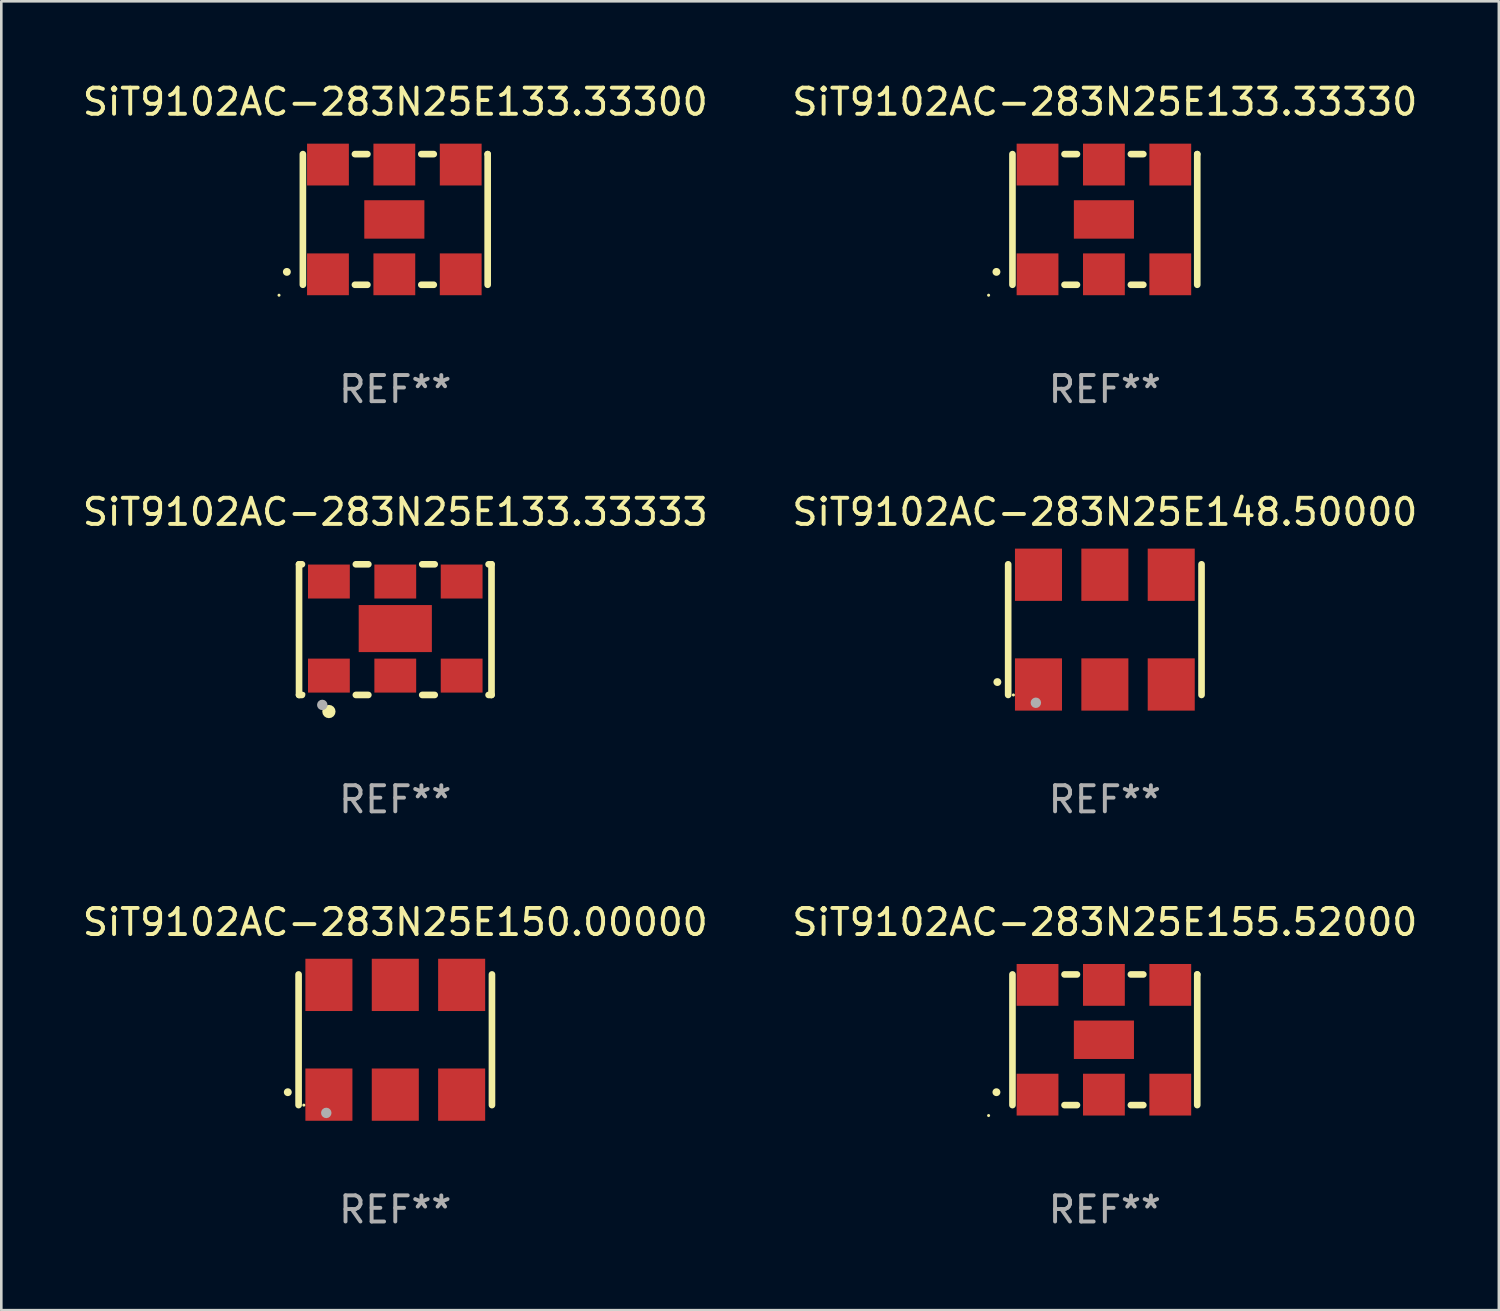
<source format=kicad_pcb>
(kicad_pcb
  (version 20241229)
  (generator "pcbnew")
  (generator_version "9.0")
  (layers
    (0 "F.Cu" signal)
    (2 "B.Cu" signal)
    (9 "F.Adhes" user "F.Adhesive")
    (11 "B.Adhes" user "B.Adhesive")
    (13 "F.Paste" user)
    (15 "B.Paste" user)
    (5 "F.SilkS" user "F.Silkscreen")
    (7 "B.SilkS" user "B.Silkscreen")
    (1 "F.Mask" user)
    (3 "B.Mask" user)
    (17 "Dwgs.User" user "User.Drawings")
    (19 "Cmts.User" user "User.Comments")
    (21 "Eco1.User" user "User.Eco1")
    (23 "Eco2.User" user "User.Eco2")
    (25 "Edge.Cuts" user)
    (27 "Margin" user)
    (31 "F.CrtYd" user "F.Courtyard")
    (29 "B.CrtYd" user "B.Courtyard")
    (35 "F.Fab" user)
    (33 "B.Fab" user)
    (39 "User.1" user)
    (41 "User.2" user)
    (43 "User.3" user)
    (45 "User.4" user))
  (footprint "SiT9102AC-283N25E150.00000"
    (layer "F.Cu")
    (at 12.077 36.741)
    (property "Reference" "SiT9102AC-283N25E150.00000" (at 0 -4.5 0) (layer "F.SilkS") (effects (font (size 1 1) (thickness 0.15))))
    (attr through_hole)
    (fp_line (start -3.7 -2.5) (end -3.7 2.5) (stroke (width 0.254) (type solid)) (layer "F.SilkS"))
    (fp_line (start 3.7 -2.5) (end 3.7 2.5) (stroke (width 0.254) (type solid)) (layer "F.SilkS"))
    (fp_arc (start -4.114415 2.006604) (mid -4.113145 2.006599) (end -4.111875 2.006604) (stroke (width 0.3) (type solid)) (layer "F.SilkS"))
    (fp_circle (center -3.5 2.501) (end -3.47 2.501) (stroke (width 0.06) (type solid)) (fill no) (layer "F.SilkS"))
    (fp_circle (center -2.641 2.799) (end -2.541 2.799) (stroke (width 0.2) (type solid)) (fill no) (layer "F.Fab"))
    (fp_text user "REF**" (at 0 6.5 0) (layer "F.Fab") (effects (font (size 1 1) (thickness 0.15))))
    (pad "1" smd rect (at -2.54 2.1) (size 1.8 2) (layers "F.Cu" "F.Mask" "F.Paste"))
    (pad "2" smd rect (at 0.000394 2.1) (size 1.8 2) (layers "F.Cu" "F.Mask" "F.Paste"))
    (pad "3" smd rect (at 2.54 2.1) (size 1.8 2) (layers "F.Cu" "F.Mask" "F.Paste"))
    (pad "4" smd rect (at 2.54 -2.1) (size 1.8 2) (layers "F.Cu" "F.Mask" "F.Paste"))
    (pad "5" smd rect (at 0.000394 -2.1) (size 1.8 2) (layers "F.Cu" "F.Mask" "F.Paste"))
    (pad "6" smd rect (at -2.54 -2.1) (size 1.8 2) (layers "F.Cu" "F.Mask" "F.Paste")))
  (footprint "SiT9102AC-283N25E133.33300"
    (layer "F.Cu")
    (at 12.077 5.348)
    (property "Reference" "SiT9102AC-283N25E133.33300" (at 0 -4.5 0) (layer "F.SilkS") (effects (font (size 1 1) (thickness 0.15))))
    (attr through_hole)
    (fp_line (start -3.536 -2.5) (end -3.536 2.5) (stroke (width 0.254) (type solid)) (layer "F.SilkS"))
    (fp_line (start -1.544 2.5) (end -1.067 2.5) (stroke (width 0.254) (type solid)) (layer "F.SilkS"))
    (fp_line (start -1.067 -2.5) (end -1.544 -2.5) (stroke (width 0.254) (type solid)) (layer "F.SilkS"))
    (fp_line (start 0.996 2.5) (end 1.473 2.5) (stroke (width 0.254) (type solid)) (layer "F.SilkS"))
    (fp_line (start 1.473 -2.5) (end 0.996 -2.5) (stroke (width 0.254) (type solid)) (layer "F.SilkS"))
    (fp_line (start 3.536 -2.5) (end 3.536 -2.5) (stroke (width 0.254) (type solid)) (layer "F.SilkS"))
    (fp_line (start 3.536 2.5) (end 3.536 -2.5) (stroke (width 0.254) (type solid)) (layer "F.SilkS"))
    (fp_arc (start -4.150432 2.006604) (mid -4.149162 2.006599) (end -4.147892 2.006604) (stroke (width 0.3) (type solid)) (layer "F.SilkS"))
    (fp_circle (center -4.449 2.9) (end -4.419 2.9) (stroke (width 0.06) (type solid)) (fill no) (layer "F.SilkS"))
    (fp_text user "REF**" (at 0 6.5 0) (layer "F.Fab") (effects (font (size 1 1) (thickness 0.15))))
    (pad "1" smd rect (at -2.576 2.1) (size 1.6 1.6) (layers "F.Cu" "F.Mask" "F.Paste"))
    (pad "2" smd rect (at -0.036 2.1) (size 1.6 1.6) (layers "F.Cu" "F.Mask" "F.Paste"))
    (pad "3" smd rect (at 2.504 2.1) (size 1.6 1.6) (layers "F.Cu" "F.Mask" "F.Paste"))
    (pad "4" smd rect (at 2.504 -2.1) (size 1.6 1.6) (layers "F.Cu" "F.Mask" "F.Paste"))
    (pad "5" smd rect (at -0.036 -2.1) (size 1.6 1.6) (layers "F.Cu" "F.Mask" "F.Paste"))
    (pad "6" smd rect (at -2.576 -2.1) (size 1.6 1.6) (layers "F.Cu" "F.Mask" "F.Paste"))
    (pad "7" smd rect (at -0.036 0) (size 2.3 1.47) (layers "F.Cu" "F.Mask" "F.Paste")))
  (footprint "SiT9102AC-283N25E133.33330"
    (layer "F.Cu")
    (at 39.232 5.348)
    (property "Reference" "SiT9102AC-283N25E133.33330" (at 0 -4.5 0) (layer "F.SilkS") (effects (font (size 1 1) (thickness 0.15))))
    (attr through_hole)
    (fp_line (start -3.536 -2.5) (end -3.536 2.5) (stroke (width 0.254) (type solid)) (layer "F.SilkS"))
    (fp_line (start -1.544 2.5) (end -1.067 2.5) (stroke (width 0.254) (type solid)) (layer "F.SilkS"))
    (fp_line (start -1.067 -2.5) (end -1.544 -2.5) (stroke (width 0.254) (type solid)) (layer "F.SilkS"))
    (fp_line (start 0.996 2.5) (end 1.473 2.5) (stroke (width 0.254) (type solid)) (layer "F.SilkS"))
    (fp_line (start 1.473 -2.5) (end 0.996 -2.5) (stroke (width 0.254) (type solid)) (layer "F.SilkS"))
    (fp_line (start 3.536 -2.5) (end 3.536 -2.5) (stroke (width 0.254) (type solid)) (layer "F.SilkS"))
    (fp_line (start 3.536 2.5) (end 3.536 -2.5) (stroke (width 0.254) (type solid)) (layer "F.SilkS"))
    (fp_arc (start -4.150432 2.006604) (mid -4.149162 2.006599) (end -4.147892 2.006604) (stroke (width 0.3) (type solid)) (layer "F.SilkS"))
    (fp_circle (center -4.449 2.9) (end -4.419 2.9) (stroke (width 0.06) (type solid)) (fill no) (layer "F.SilkS"))
    (fp_text user "REF**" (at 0 6.5 0) (layer "F.Fab") (effects (font (size 1 1) (thickness 0.15))))
    (pad "1" smd rect (at -2.576 2.1) (size 1.6 1.6) (layers "F.Cu" "F.Mask" "F.Paste"))
    (pad "2" smd rect (at -0.036 2.1) (size 1.6 1.6) (layers "F.Cu" "F.Mask" "F.Paste"))
    (pad "3" smd rect (at 2.504 2.1) (size 1.6 1.6) (layers "F.Cu" "F.Mask" "F.Paste"))
    (pad "4" smd rect (at 2.504 -2.1) (size 1.6 1.6) (layers "F.Cu" "F.Mask" "F.Paste"))
    (pad "5" smd rect (at -0.036 -2.1) (size 1.6 1.6) (layers "F.Cu" "F.Mask" "F.Paste"))
    (pad "6" smd rect (at -2.576 -2.1) (size 1.6 1.6) (layers "F.Cu" "F.Mask" "F.Paste"))
    (pad "7" smd rect (at -0.036 0) (size 2.3 1.47) (layers "F.Cu" "F.Mask" "F.Paste")))
  (footprint "SiT9102AC-283N25E148.50000"
    (layer "F.Cu")
    (at 39.232 21.045)
    (property "Reference" "SiT9102AC-283N25E148.50000" (at 0 -4.5 0) (layer "F.SilkS") (effects (font (size 1 1) (thickness 0.15))))
    (attr through_hole)
    (fp_line (start -3.7 -2.5) (end -3.7 2.5) (stroke (width 0.254) (type solid)) (layer "F.SilkS"))
    (fp_line (start 3.7 -2.5) (end 3.7 2.5) (stroke (width 0.254) (type solid)) (layer "F.SilkS"))
    (fp_arc (start -4.114415 2.006604) (mid -4.113145 2.006599) (end -4.111875 2.006604) (stroke (width 0.3) (type solid)) (layer "F.SilkS"))
    (fp_circle (center -3.5 2.501) (end -3.47 2.501) (stroke (width 0.06) (type solid)) (fill no) (layer "F.SilkS"))
    (fp_circle (center -2.641 2.799) (end -2.541 2.799) (stroke (width 0.2) (type solid)) (fill no) (layer "F.Fab"))
    (fp_text user "REF**" (at 0 6.5 0) (layer "F.Fab") (effects (font (size 1 1) (thickness 0.15))))
    (pad "1" smd rect (at -2.54 2.1) (size 1.8 2) (layers "F.Cu" "F.Mask" "F.Paste"))
    (pad "2" smd rect (at 0.000394 2.1) (size 1.8 2) (layers "F.Cu" "F.Mask" "F.Paste"))
    (pad "3" smd rect (at 2.54 2.1) (size 1.8 2) (layers "F.Cu" "F.Mask" "F.Paste"))
    (pad "4" smd rect (at 2.54 -2.1) (size 1.8 2) (layers "F.Cu" "F.Mask" "F.Paste"))
    (pad "5" smd rect (at 0.000394 -2.1) (size 1.8 2) (layers "F.Cu" "F.Mask" "F.Paste"))
    (pad "6" smd rect (at -2.54 -2.1) (size 1.8 2) (layers "F.Cu" "F.Mask" "F.Paste")))
  (footprint "SiT9102AC-283N25E155.52000"
    (layer "F.Cu")
    (at 39.232 36.741)
    (property "Reference" "SiT9102AC-283N25E155.52000" (at 0 -4.5 0) (layer "F.SilkS") (effects (font (size 1 1) (thickness 0.15))))
    (attr through_hole)
    (fp_line (start -3.536 -2.5) (end -3.536 2.5) (stroke (width 0.254) (type solid)) (layer "F.SilkS"))
    (fp_line (start -1.544 2.5) (end -1.067 2.5) (stroke (width 0.254) (type solid)) (layer "F.SilkS"))
    (fp_line (start -1.067 -2.5) (end -1.544 -2.5) (stroke (width 0.254) (type solid)) (layer "F.SilkS"))
    (fp_line (start 0.996 2.5) (end 1.473 2.5) (stroke (width 0.254) (type solid)) (layer "F.SilkS"))
    (fp_line (start 1.473 -2.5) (end 0.996 -2.5) (stroke (width 0.254) (type solid)) (layer "F.SilkS"))
    (fp_line (start 3.536 -2.5) (end 3.536 -2.5) (stroke (width 0.254) (type solid)) (layer "F.SilkS"))
    (fp_line (start 3.536 2.5) (end 3.536 -2.5) (stroke (width 0.254) (type solid)) (layer "F.SilkS"))
    (fp_arc (start -4.150432 2.006604) (mid -4.149162 2.006599) (end -4.147892 2.006604) (stroke (width 0.3) (type solid)) (layer "F.SilkS"))
    (fp_circle (center -4.449 2.9) (end -4.419 2.9) (stroke (width 0.06) (type solid)) (fill no) (layer "F.SilkS"))
    (fp_text user "REF**" (at 0 6.5 0) (layer "F.Fab") (effects (font (size 1 1) (thickness 0.15))))
    (pad "1" smd rect (at -2.576 2.1) (size 1.6 1.6) (layers "F.Cu" "F.Mask" "F.Paste"))
    (pad "2" smd rect (at -0.036 2.1) (size 1.6 1.6) (layers "F.Cu" "F.Mask" "F.Paste"))
    (pad "3" smd rect (at 2.504 2.1) (size 1.6 1.6) (layers "F.Cu" "F.Mask" "F.Paste"))
    (pad "4" smd rect (at 2.504 -2.1) (size 1.6 1.6) (layers "F.Cu" "F.Mask" "F.Paste"))
    (pad "5" smd rect (at -0.036 -2.1) (size 1.6 1.6) (layers "F.Cu" "F.Mask" "F.Paste"))
    (pad "6" smd rect (at -2.576 -2.1) (size 1.6 1.6) (layers "F.Cu" "F.Mask" "F.Paste"))
    (pad "7" smd rect (at -0.036 0) (size 2.3 1.47) (layers "F.Cu" "F.Mask" "F.Paste")))
  (footprint "SiT9102AC-283N25E133.33333"
    (layer "F.Cu")
    (at 12.077 21.045)
    (property "Reference" "SiT9102AC-283N25E133.33333" (at 0 -4.5 0) (layer "F.SilkS") (effects (font (size 1 1) (thickness 0.15))))
    (attr through_hole)
    (fp_line (start -3.683 -2.5) (end -3.571 -2.5) (stroke (width 0.254) (type solid)) (layer "F.SilkS"))
    (fp_line (start -3.683 2.5) (end -3.683 -2.5) (stroke (width 0.254) (type solid)) (layer "F.SilkS"))
    (fp_line (start -3.683 2.5) (end -3.571 2.5) (stroke (width 0.254) (type solid)) (layer "F.SilkS"))
    (fp_line (start -1.509 -2.5) (end -1.031 -2.5) (stroke (width 0.254) (type solid)) (layer "F.SilkS"))
    (fp_line (start -1.509 2.5) (end -1.031 2.5) (stroke (width 0.254) (type solid)) (layer "F.SilkS"))
    (fp_line (start 1.031 -2.5) (end 1.509 -2.5) (stroke (width 0.254) (type solid)) (layer "F.SilkS"))
    (fp_line (start 1.031 2.5) (end 1.509 2.5) (stroke (width 0.254) (type solid)) (layer "F.SilkS"))
    (fp_line (start 3.571 -2.5) (end 3.683 -2.5) (stroke (width 0.254) (type solid)) (layer "F.SilkS"))
    (fp_line (start 3.571 2.5) (end 3.683 2.5) (stroke (width 0.254) (type solid)) (layer "F.SilkS"))
    (fp_line (start 3.683 2.5) (end 3.683 -2.5) (stroke (width 0.254) (type solid)) (layer "F.SilkS"))
    (fp_circle (center -3.5 2.46) (end -3.47 2.46) (stroke (width 0.06) (type solid)) (fill no) (layer "F.SilkS"))
    (fp_circle (center -2.54 3.135) (end -2.413 3.135) (stroke (width 0.254) (type solid)) (fill no) (layer "F.SilkS"))
    (fp_circle (center -2.794 2.881) (end -2.694 2.881) (stroke (width 0.2) (type solid)) (fill no) (layer "F.Fab"))
    (fp_text user "REF**" (at 0 6.5 0) (layer "F.Fab") (effects (font (size 1 1) (thickness 0.15))))
    (pad "1" smd rect (at -2.54 1.76) (size 1.6 1.3) (layers "F.Cu" "F.Mask" "F.Paste"))
    (pad "2" smd rect (at 0 1.76) (size 1.6 1.3) (layers "F.Cu" "F.Mask" "F.Paste"))
    (pad "3" smd rect (at 2.54 1.76) (size 1.6 1.3) (layers "F.Cu" "F.Mask" "F.Paste"))
    (pad "4" smd rect (at 2.54 -1.84) (size 1.6 1.3) (layers "F.Cu" "F.Mask" "F.Paste"))
    (pad "5" smd rect (at 0 -1.84) (size 1.6 1.3) (layers "F.Cu" "F.Mask" "F.Paste"))
    (pad "6" smd rect (at -2.54 -1.84) (size 1.6 1.3) (layers "F.Cu" "F.Mask" "F.Paste"))
    (pad "7" smd rect (at 0 -0.04) (size 2.8 1.8) (layers "F.Cu" "F.Mask" "F.Paste")))
  (gr_rect
    (start -3 -3)
    (end 54.31 47.09)
    (stroke (width 0.1) (type default))
    (fill no)
    (layer "Edge.Cuts")))
</source>
